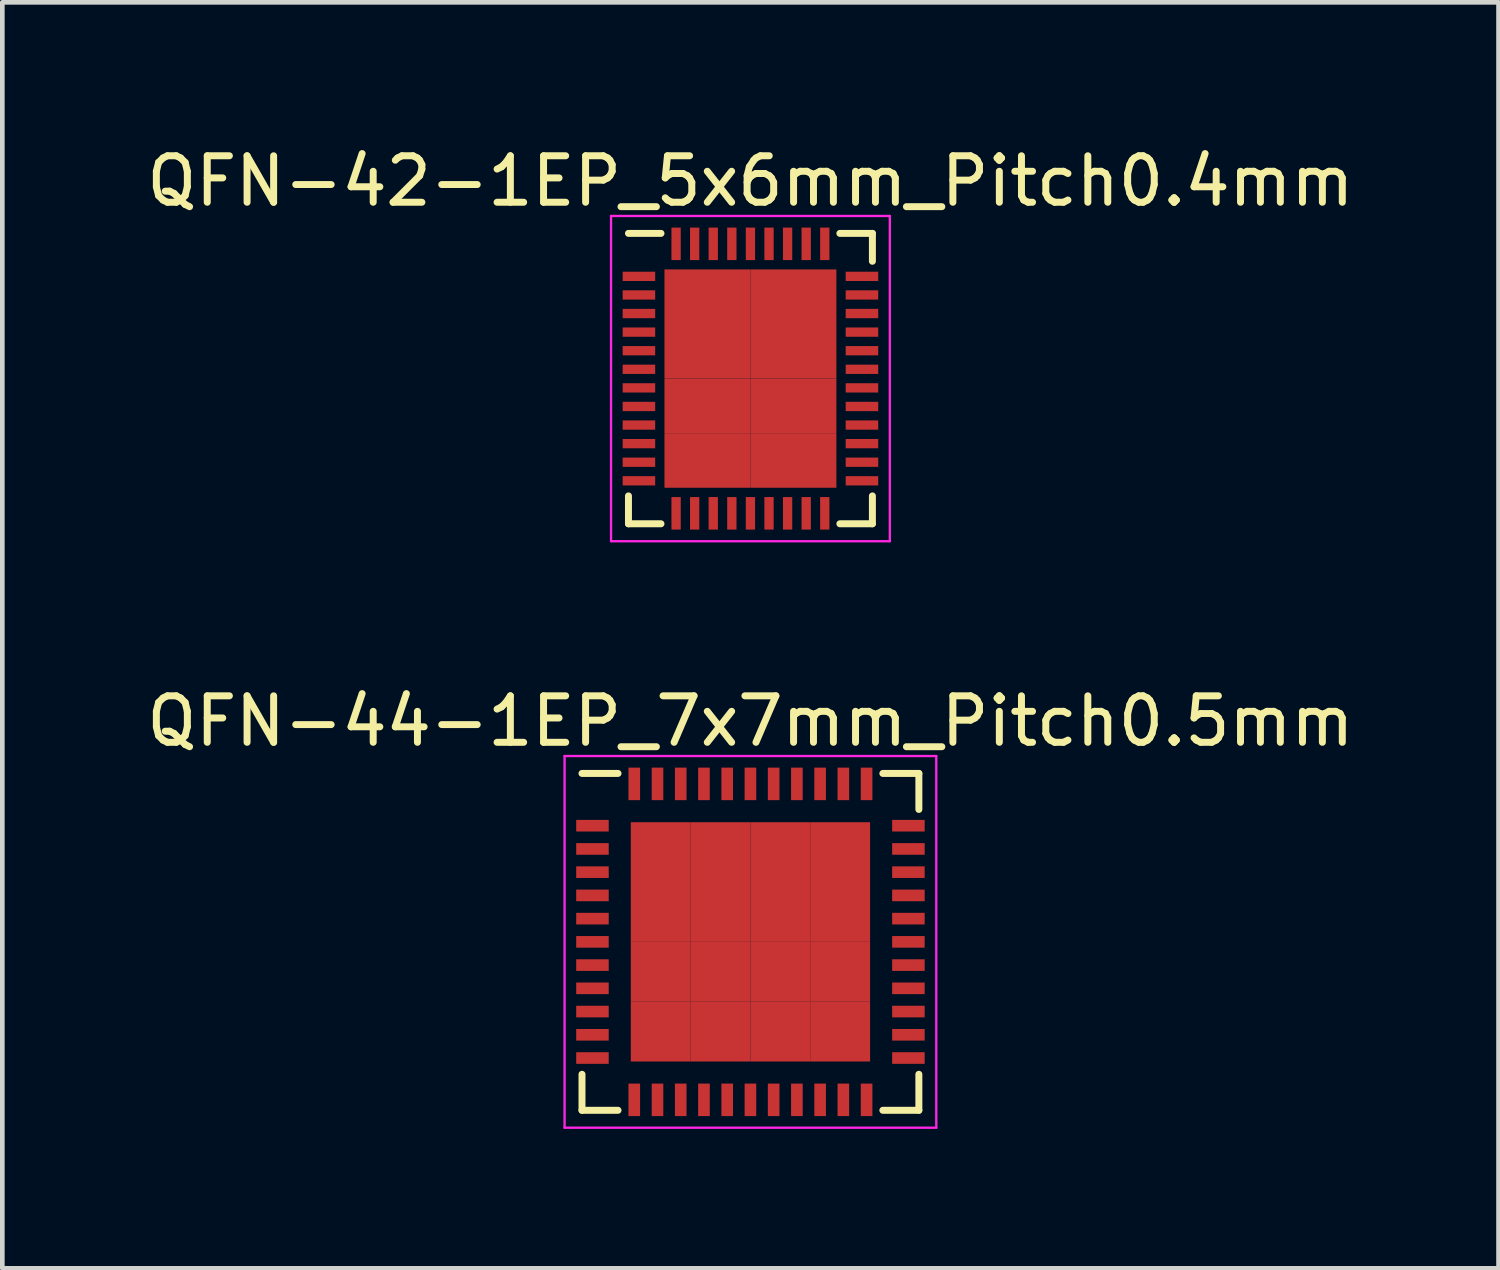
<source format=kicad_pcb>
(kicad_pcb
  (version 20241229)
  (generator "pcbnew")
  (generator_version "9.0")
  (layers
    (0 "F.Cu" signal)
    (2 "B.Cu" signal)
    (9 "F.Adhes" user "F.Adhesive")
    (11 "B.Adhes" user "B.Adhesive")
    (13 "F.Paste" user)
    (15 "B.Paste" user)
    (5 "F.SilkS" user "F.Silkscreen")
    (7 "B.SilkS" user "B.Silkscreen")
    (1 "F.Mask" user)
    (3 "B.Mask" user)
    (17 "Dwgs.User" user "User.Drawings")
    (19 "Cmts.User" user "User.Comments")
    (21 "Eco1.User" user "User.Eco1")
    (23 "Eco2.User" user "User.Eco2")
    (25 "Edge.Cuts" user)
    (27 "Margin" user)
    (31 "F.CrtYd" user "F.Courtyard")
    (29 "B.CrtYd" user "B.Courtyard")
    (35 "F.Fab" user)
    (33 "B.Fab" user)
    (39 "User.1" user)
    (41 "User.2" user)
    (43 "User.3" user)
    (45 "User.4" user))
  (footprint "QFN-44-1EP_7x7mm_Pitch0.5mm"
    (layer "F.Cu")
    (at 13.101 17.221)
    (property "Reference" "QFN-44-1EP_7x7mm_Pitch0.5mm" (at 0 -4.75 0) (layer "F.SilkS") (effects (font (size 1 1) (thickness 0.15))))
    (attr smd)
    (fp_line (start -3.625 -3.625) (end -2.85 -3.625) (stroke (width 0.15) (type solid)) (layer "F.SilkS"))
    (fp_line (start -3.625 3.625) (end -3.625 2.85) (stroke (width 0.15) (type solid)) (layer "F.SilkS"))
    (fp_line (start -3.625 3.625) (end -2.85 3.625) (stroke (width 0.15) (type solid)) (layer "F.SilkS"))
    (fp_line (start 3.625 -3.625) (end 2.85 -3.625) (stroke (width 0.15) (type solid)) (layer "F.SilkS"))
    (fp_line (start 3.625 -3.625) (end 3.625 -2.85) (stroke (width 0.15) (type solid)) (layer "F.SilkS"))
    (fp_line (start 3.625 3.625) (end 2.85 3.625) (stroke (width 0.15) (type solid)) (layer "F.SilkS"))
    (fp_line (start 3.625 3.625) (end 3.625 2.85) (stroke (width 0.15) (type solid)) (layer "F.SilkS"))
    (fp_line (start -4 -4) (end -4 4) (stroke (width 0.05) (type solid)) (layer "F.CrtYd"))
    (fp_line (start -4 -4) (end 4 -4) (stroke (width 0.05) (type solid)) (layer "F.CrtYd"))
    (fp_line (start -4 4) (end 4 4) (stroke (width 0.05) (type solid)) (layer "F.CrtYd"))
    (fp_line (start 4 -4) (end 4 4) (stroke (width 0.05) (type solid)) (layer "F.CrtYd"))
    (pad "1" smd rect (at -3.4 -2.5) (size 0.7 0.25) (layers "F.Cu" "F.Mask" "F.Paste"))
    (pad "2" smd rect (at -3.4 -2) (size 0.7 0.25) (layers "F.Cu" "F.Mask" "F.Paste"))
    (pad "3" smd rect (at -3.4 -1.5) (size 0.7 0.25) (layers "F.Cu" "F.Mask" "F.Paste"))
    (pad "4" smd rect (at -3.4 -1) (size 0.7 0.25) (layers "F.Cu" "F.Mask" "F.Paste"))
    (pad "5" smd rect (at -3.4 -0.5) (size 0.7 0.25) (layers "F.Cu" "F.Mask" "F.Paste"))
    (pad "6" smd rect (at -3.4 0) (size 0.7 0.25) (layers "F.Cu" "F.Mask" "F.Paste"))
    (pad "7" smd rect (at -3.4 0.5) (size 0.7 0.25) (layers "F.Cu" "F.Mask" "F.Paste"))
    (pad "8" smd rect (at -3.4 1) (size 0.7 0.25) (layers "F.Cu" "F.Mask" "F.Paste"))
    (pad "9" smd rect (at -3.4 1.5) (size 0.7 0.25) (layers "F.Cu" "F.Mask" "F.Paste"))
    (pad "10" smd rect (at -3.4 2) (size 0.7 0.25) (layers "F.Cu" "F.Mask" "F.Paste"))
    (pad "11" smd rect (at -3.4 2.5) (size 0.7 0.25) (layers "F.Cu" "F.Mask" "F.Paste"))
    (pad "12" smd rect (at -2.5 3.4 90) (size 0.7 0.25) (layers "F.Cu" "F.Mask" "F.Paste"))
    (pad "13" smd rect (at -2 3.4 90) (size 0.7 0.25) (layers "F.Cu" "F.Mask" "F.Paste"))
    (pad "14" smd rect (at -1.5 3.4 90) (size 0.7 0.25) (layers "F.Cu" "F.Mask" "F.Paste"))
    (pad "15" smd rect (at -1 3.4 90) (size 0.7 0.25) (layers "F.Cu" "F.Mask" "F.Paste"))
    (pad "16" smd rect (at -0.5 3.4 90) (size 0.7 0.25) (layers "F.Cu" "F.Mask" "F.Paste"))
    (pad "17" smd rect (at 0 3.4 90) (size 0.7 0.25) (layers "F.Cu" "F.Mask" "F.Paste"))
    (pad "18" smd rect (at 0.5 3.4 90) (size 0.7 0.25) (layers "F.Cu" "F.Mask" "F.Paste"))
    (pad "19" smd rect (at 1 3.4 90) (size 0.7 0.25) (layers "F.Cu" "F.Mask" "F.Paste"))
    (pad "20" smd rect (at 1.5 3.4 90) (size 0.7 0.25) (layers "F.Cu" "F.Mask" "F.Paste"))
    (pad "21" smd rect (at 2 3.4 90) (size 0.7 0.25) (layers "F.Cu" "F.Mask" "F.Paste"))
    (pad "22" smd rect (at 2.5 3.4 90) (size 0.7 0.25) (layers "F.Cu" "F.Mask" "F.Paste"))
    (pad "23" smd rect (at 3.4 2.5) (size 0.7 0.25) (layers "F.Cu" "F.Mask" "F.Paste"))
    (pad "24" smd rect (at 3.4 2) (size 0.7 0.25) (layers "F.Cu" "F.Mask" "F.Paste"))
    (pad "25" smd rect (at 3.4 1.5) (size 0.7 0.25) (layers "F.Cu" "F.Mask" "F.Paste"))
    (pad "26" smd rect (at 3.4 1) (size 0.7 0.25) (layers "F.Cu" "F.Mask" "F.Paste"))
    (pad "27" smd rect (at 3.4 0.5) (size 0.7 0.25) (layers "F.Cu" "F.Mask" "F.Paste"))
    (pad "28" smd rect (at 3.4 0) (size 0.7 0.25) (layers "F.Cu" "F.Mask" "F.Paste"))
    (pad "29" smd rect (at 3.4 -0.5) (size 0.7 0.25) (layers "F.Cu" "F.Mask" "F.Paste"))
    (pad "30" smd rect (at 3.4 -1) (size 0.7 0.25) (layers "F.Cu" "F.Mask" "F.Paste"))
    (pad "31" smd rect (at 3.4 -1.5) (size 0.7 0.25) (layers "F.Cu" "F.Mask" "F.Paste"))
    (pad "32" smd rect (at 3.4 -2) (size 0.7 0.25) (layers "F.Cu" "F.Mask" "F.Paste"))
    (pad "33" smd rect (at 3.4 -2.5) (size 0.7 0.25) (layers "F.Cu" "F.Mask" "F.Paste"))
    (pad "34" smd rect (at 2.5 -3.4 90) (size 0.7 0.25) (layers "F.Cu" "F.Mask" "F.Paste"))
    (pad "35" smd rect (at 2 -3.4 90) (size 0.7 0.25) (layers "F.Cu" "F.Mask" "F.Paste"))
    (pad "36" smd rect (at 1.5 -3.4 90) (size 0.7 0.25) (layers "F.Cu" "F.Mask" "F.Paste"))
    (pad "37" smd rect (at 1 -3.4 90) (size 0.7 0.25) (layers "F.Cu" "F.Mask" "F.Paste"))
    (pad "38" smd rect (at 0.5 -3.4 90) (size 0.7 0.25) (layers "F.Cu" "F.Mask" "F.Paste"))
    (pad "39" smd rect (at 0 -3.4 90) (size 0.7 0.25) (layers "F.Cu" "F.Mask" "F.Paste"))
    (pad "40" smd rect (at -0.5 -3.4 90) (size 0.7 0.25) (layers "F.Cu" "F.Mask" "F.Paste"))
    (pad "41" smd rect (at -1 -3.4 90) (size 0.7 0.25) (layers "F.Cu" "F.Mask" "F.Paste"))
    (pad "42" smd rect (at -1.5 -3.4 90) (size 0.7 0.25) (layers "F.Cu" "F.Mask" "F.Paste"))
    (pad "43" smd rect (at -2 -3.4 90) (size 0.7 0.25) (layers "F.Cu" "F.Mask" "F.Paste"))
    (pad "44" smd rect (at -2.5 -3.4 90) (size 0.7 0.25) (layers "F.Cu" "F.Mask" "F.Paste"))
    (pad "45" smd rect (at -1.931 -1.931) (size 1.288 1.288) (layers "F.Cu" "F.Mask" "F.Paste"))
    (pad "45" smd rect (at -1.931 -0.644) (size 1.288 1.288) (layers "F.Cu" "F.Mask" "F.Paste"))
    (pad "45" smd rect (at -1.931 0.644) (size 1.288 1.288) (layers "F.Cu" "F.Mask" "F.Paste"))
    (pad "45" smd rect (at -1.931 1.931) (size 1.288 1.288) (layers "F.Cu" "F.Mask" "F.Paste"))
    (pad "45" smd rect (at -0.644 -1.931) (size 1.288 1.288) (layers "F.Cu" "F.Mask" "F.Paste"))
    (pad "45" smd rect (at -0.644 -0.644) (size 1.288 1.288) (layers "F.Cu" "F.Mask" "F.Paste"))
    (pad "45" smd rect (at -0.644 0.644) (size 1.288 1.288) (layers "F.Cu" "F.Mask" "F.Paste"))
    (pad "45" smd rect (at -0.644 1.931) (size 1.288 1.288) (layers "F.Cu" "F.Mask" "F.Paste"))
    (pad "45" smd rect (at 0.644 -1.931) (size 1.288 1.288) (layers "F.Cu" "F.Mask" "F.Paste"))
    (pad "45" smd rect (at 0.644 -0.644) (size 1.288 1.288) (layers "F.Cu" "F.Mask" "F.Paste"))
    (pad "45" smd rect (at 0.644 0.644) (size 1.288 1.288) (layers "F.Cu" "F.Mask" "F.Paste"))
    (pad "45" smd rect (at 0.644 1.931) (size 1.288 1.288) (layers "F.Cu" "F.Mask" "F.Paste"))
    (pad "45" smd rect (at 1.931 -1.931) (size 1.288 1.288) (layers "F.Cu" "F.Mask" "F.Paste"))
    (pad "45" smd rect (at 1.931 -0.644) (size 1.288 1.288) (layers "F.Cu" "F.Mask" "F.Paste"))
    (pad "45" smd rect (at 1.931 0.644) (size 1.288 1.288) (layers "F.Cu" "F.Mask" "F.Paste"))
    (pad "45" smd rect (at 1.931 1.931) (size 1.288 1.288) (layers "F.Cu" "F.Mask" "F.Paste")))
  (footprint "QFN-42-1EP_5x6mm_Pitch0.4mm"
    (layer "F.Cu")
    (at 13.101 5.098)
    (property "Reference" "QFN-42-1EP_5x6mm_Pitch0.4mm" (at 0 -4.25 0) (layer "F.SilkS") (effects (font (size 1 1) (thickness 0.15))))
    (attr smd)
    (fp_line (start -2.625 -3.125) (end -1.925 -3.125) (stroke (width 0.15) (type solid)) (layer "F.SilkS"))
    (fp_line (start -2.625 3.125) (end -2.625 2.525) (stroke (width 0.15) (type solid)) (layer "F.SilkS"))
    (fp_line (start -2.625 3.125) (end -1.925 3.125) (stroke (width 0.15) (type solid)) (layer "F.SilkS"))
    (fp_line (start 2.625 -3.125) (end 1.925 -3.125) (stroke (width 0.15) (type solid)) (layer "F.SilkS"))
    (fp_line (start 2.625 -3.125) (end 2.625 -2.525) (stroke (width 0.15) (type solid)) (layer "F.SilkS"))
    (fp_line (start 2.625 3.125) (end 1.925 3.125) (stroke (width 0.15) (type solid)) (layer "F.SilkS"))
    (fp_line (start 2.625 3.125) (end 2.625 2.525) (stroke (width 0.15) (type solid)) (layer "F.SilkS"))
    (fp_line (start -3 -3.5) (end -3 3.5) (stroke (width 0.05) (type solid)) (layer "F.CrtYd"))
    (fp_line (start -3 -3.5) (end 3 -3.5) (stroke (width 0.05) (type solid)) (layer "F.CrtYd"))
    (fp_line (start -3 3.5) (end 3 3.5) (stroke (width 0.05) (type solid)) (layer "F.CrtYd"))
    (fp_line (start 3 -3.5) (end 3 3.5) (stroke (width 0.05) (type solid)) (layer "F.CrtYd"))
    (pad "1" smd rect (at -2.4 -2.2) (size 0.7 0.2) (layers "F.Cu" "F.Mask" "F.Paste"))
    (pad "2" smd rect (at -2.4 -1.8) (size 0.7 0.2) (layers "F.Cu" "F.Mask" "F.Paste"))
    (pad "3" smd rect (at -2.4 -1.4) (size 0.7 0.2) (layers "F.Cu" "F.Mask" "F.Paste"))
    (pad "4" smd rect (at -2.4 -1) (size 0.7 0.2) (layers "F.Cu" "F.Mask" "F.Paste"))
    (pad "5" smd rect (at -2.4 -0.6) (size 0.7 0.2) (layers "F.Cu" "F.Mask" "F.Paste"))
    (pad "6" smd rect (at -2.4 -0.2) (size 0.7 0.2) (layers "F.Cu" "F.Mask" "F.Paste"))
    (pad "7" smd rect (at -2.4 0.2) (size 0.7 0.2) (layers "F.Cu" "F.Mask" "F.Paste"))
    (pad "8" smd rect (at -2.4 0.6) (size 0.7 0.2) (layers "F.Cu" "F.Mask" "F.Paste"))
    (pad "9" smd rect (at -2.4 1) (size 0.7 0.2) (layers "F.Cu" "F.Mask" "F.Paste"))
    (pad "10" smd rect (at -2.4 1.4) (size 0.7 0.2) (layers "F.Cu" "F.Mask" "F.Paste"))
    (pad "11" smd rect (at -2.4 1.8) (size 0.7 0.2) (layers "F.Cu" "F.Mask" "F.Paste"))
    (pad "12" smd rect (at -2.4 2.2) (size 0.7 0.2) (layers "F.Cu" "F.Mask" "F.Paste"))
    (pad "13" smd rect (at -1.6 2.9 90) (size 0.7 0.2) (layers "F.Cu" "F.Mask" "F.Paste"))
    (pad "14" smd rect (at -1.2 2.9 90) (size 0.7 0.2) (layers "F.Cu" "F.Mask" "F.Paste"))
    (pad "15" smd rect (at -0.8 2.9 90) (size 0.7 0.2) (layers "F.Cu" "F.Mask" "F.Paste"))
    (pad "16" smd rect (at -0.4 2.9 90) (size 0.7 0.2) (layers "F.Cu" "F.Mask" "F.Paste"))
    (pad "17" smd rect (at 0 2.9 90) (size 0.7 0.2) (layers "F.Cu" "F.Mask" "F.Paste"))
    (pad "18" smd rect (at 0.4 2.9 90) (size 0.7 0.2) (layers "F.Cu" "F.Mask" "F.Paste"))
    (pad "19" smd rect (at 0.8 2.9 90) (size 0.7 0.2) (layers "F.Cu" "F.Mask" "F.Paste"))
    (pad "20" smd rect (at 1.2 2.9 90) (size 0.7 0.2) (layers "F.Cu" "F.Mask" "F.Paste"))
    (pad "21" smd rect (at 1.6 2.9 90) (size 0.7 0.2) (layers "F.Cu" "F.Mask" "F.Paste"))
    (pad "22" smd rect (at 2.4 2.2) (size 0.7 0.2) (layers "F.Cu" "F.Mask" "F.Paste"))
    (pad "23" smd rect (at 2.4 1.8) (size 0.7 0.2) (layers "F.Cu" "F.Mask" "F.Paste"))
    (pad "24" smd rect (at 2.4 1.4) (size 0.7 0.2) (layers "F.Cu" "F.Mask" "F.Paste"))
    (pad "25" smd rect (at 2.4 1) (size 0.7 0.2) (layers "F.Cu" "F.Mask" "F.Paste"))
    (pad "26" smd rect (at 2.4 0.6) (size 0.7 0.2) (layers "F.Cu" "F.Mask" "F.Paste"))
    (pad "27" smd rect (at 2.4 0.2) (size 0.7 0.2) (layers "F.Cu" "F.Mask" "F.Paste"))
    (pad "28" smd rect (at 2.4 -0.2) (size 0.7 0.2) (layers "F.Cu" "F.Mask" "F.Paste"))
    (pad "29" smd rect (at 2.4 -0.6) (size 0.7 0.2) (layers "F.Cu" "F.Mask" "F.Paste"))
    (pad "30" smd rect (at 2.4 -1) (size 0.7 0.2) (layers "F.Cu" "F.Mask" "F.Paste"))
    (pad "31" smd rect (at 2.4 -1.4) (size 0.7 0.2) (layers "F.Cu" "F.Mask" "F.Paste"))
    (pad "32" smd rect (at 2.4 -1.8) (size 0.7 0.2) (layers "F.Cu" "F.Mask" "F.Paste"))
    (pad "33" smd rect (at 2.4 -2.2) (size 0.7 0.2) (layers "F.Cu" "F.Mask" "F.Paste"))
    (pad "34" smd rect (at 1.6 -2.9 90) (size 0.7 0.2) (layers "F.Cu" "F.Mask" "F.Paste"))
    (pad "35" smd rect (at 1.2 -2.9 90) (size 0.7 0.2) (layers "F.Cu" "F.Mask" "F.Paste"))
    (pad "36" smd rect (at 0.8 -2.9 90) (size 0.7 0.2) (layers "F.Cu" "F.Mask" "F.Paste"))
    (pad "37" smd rect (at 0.4 -2.9 90) (size 0.7 0.2) (layers "F.Cu" "F.Mask" "F.Paste"))
    (pad "38" smd rect (at 0 -2.9 90) (size 0.7 0.2) (layers "F.Cu" "F.Mask" "F.Paste"))
    (pad "39" smd rect (at -0.4 -2.9 90) (size 0.7 0.2) (layers "F.Cu" "F.Mask" "F.Paste"))
    (pad "40" smd rect (at -0.8 -2.9 90) (size 0.7 0.2) (layers "F.Cu" "F.Mask" "F.Paste"))
    (pad "41" smd rect (at -1.2 -2.9 90) (size 0.7 0.2) (layers "F.Cu" "F.Mask" "F.Paste"))
    (pad "42" smd rect (at -1.6 -2.9 90) (size 0.7 0.2) (layers "F.Cu" "F.Mask" "F.Paste"))
    (pad "43" smd rect (at -0.925 -1.762) (size 1.85 1.175) (layers "F.Cu" "F.Mask" "F.Paste"))
    (pad "43" smd rect (at -0.925 -0.588) (size 1.85 1.175) (layers "F.Cu" "F.Mask" "F.Paste"))
    (pad "43" smd rect (at -0.925 0.588) (size 1.85 1.175) (layers "F.Cu" "F.Mask" "F.Paste"))
    (pad "43" smd rect (at -0.925 1.762) (size 1.85 1.175) (layers "F.Cu" "F.Mask" "F.Paste"))
    (pad "43" smd rect (at 0.925 -1.762) (size 1.85 1.175) (layers "F.Cu" "F.Mask" "F.Paste"))
    (pad "43" smd rect (at 0.925 -0.588) (size 1.85 1.175) (layers "F.Cu" "F.Mask" "F.Paste"))
    (pad "43" smd rect (at 0.925 0.588) (size 1.85 1.175) (layers "F.Cu" "F.Mask" "F.Paste"))
    (pad "43" smd rect (at 0.925 1.762) (size 1.85 1.175) (layers "F.Cu" "F.Mask" "F.Paste")))
  (gr_rect
    (start -3 -3)
    (end 29.202 24.247)
    (stroke (width 0.1) (type default))
    (fill no)
    (layer "Edge.Cuts")))
</source>
